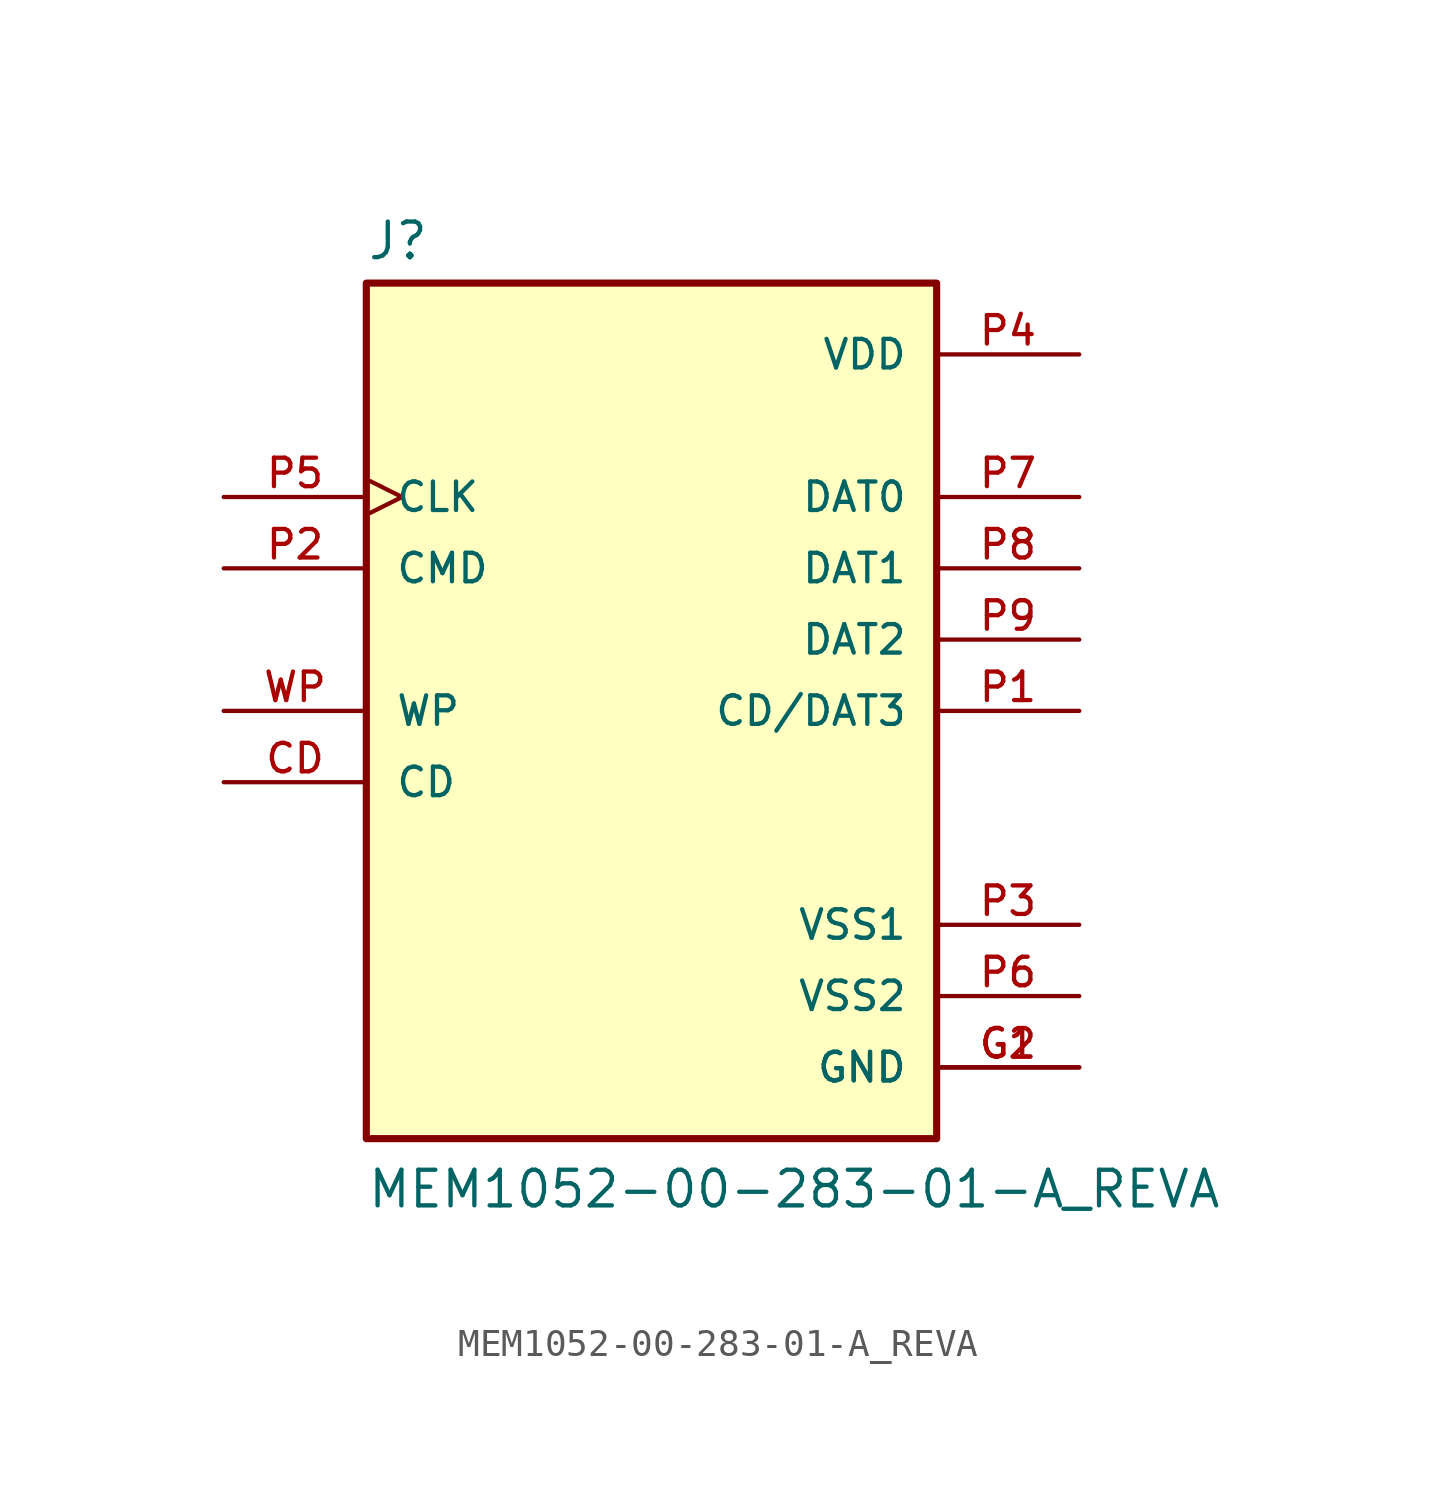
<source format=kicad_sym>
(kicad_symbol_lib
  (version 20211014)
  (generator kicad_symbol_editor)
  (symbol "MEM1052-00-283-01-A_REVA"
    (pin_names
      (offset 1.016))
    (property "Reference" "J"
      (at -10.16 16.002 0)
      (effects (font (size 1.27 1.27)) (justify bottom left)))
    (property "Value" "MEM1052-00-283-01-A_REVA"
      (at -10.16 -17.78 0)
      (effects (font (size 1.27 1.27)) (justify bottom left)))
    (symbol "MEM1052-00-283-01-A_REVA_0_0"
      (rectangle (start -10.16 -15.24) (end 10.16 15.24) (stroke (width 0.254)) (fill (type background)))
      (pin bidirectional line (at 15.24 0.0 180.0) (length 5.08) (name "CD/DAT3" (effects (font (size 1.016 1.016)))) (number "P1" (effects (font (size 1.016 1.016)))))
      (pin bidirectional line (at -15.24 5.08 0) (length 5.08) (name "CMD" (effects (font (size 1.016 1.016)))) (number "P2" (effects (font (size 1.016 1.016)))))
      (pin power_in line (at 15.24 -7.62 180.0) (length 5.08) (name "VSS1" (effects (font (size 1.016 1.016)))) (number "P3" (effects (font (size 1.016 1.016)))))
      (pin power_in line (at 15.24 12.7 180.0) (length 5.08) (name "VDD" (effects (font (size 1.016 1.016)))) (number "P4" (effects (font (size 1.016 1.016)))))
      (pin input clock (at -15.24 7.62 0) (length 5.08) (name "CLK" (effects (font (size 1.016 1.016)))) (number "P5" (effects (font (size 1.016 1.016)))))
      (pin bidirectional line (at 15.24 7.62 180.0) (length 5.08) (name "DAT0" (effects (font (size 1.016 1.016)))) (number "P7" (effects (font (size 1.016 1.016)))))
      (pin passive line (at -15.24 0.0 0) (length 5.08) (name "WP" (effects (font (size 1.016 1.016)))) (number "WP" (effects (font (size 1.016 1.016)))))
      (pin passive line (at -15.24 -2.54 0) (length 5.08) (name "CD" (effects (font (size 1.016 1.016)))) (number "CD" (effects (font (size 1.016 1.016)))))
      (pin power_in line (at 15.24 -10.16 180.0) (length 5.08) (name "VSS2" (effects (font (size 1.016 1.016)))) (number "P6" (effects (font (size 1.016 1.016)))))
      (pin bidirectional line (at 15.24 5.08 180.0) (length 5.08) (name "DAT1" (effects (font (size 1.016 1.016)))) (number "P8" (effects (font (size 1.016 1.016)))))
      (pin bidirectional line (at 15.24 2.54 180.0) (length 5.08) (name "DAT2" (effects (font (size 1.016 1.016)))) (number "P9" (effects (font (size 1.016 1.016)))))
      (pin power_in line (at 15.24 -12.7 180.0) (length 5.08) (name "GND" (effects (font (size 1.016 1.016)))) (number "G1" (effects (font (size 1.016 1.016)))))
      (pin power_in line (at 15.24 -12.7 180.0) (length 5.08) (name "GND" (effects (font (size 1.016 1.016)))) (number "G2" (effects (font (size 1.016 1.016))))))))
</source>
